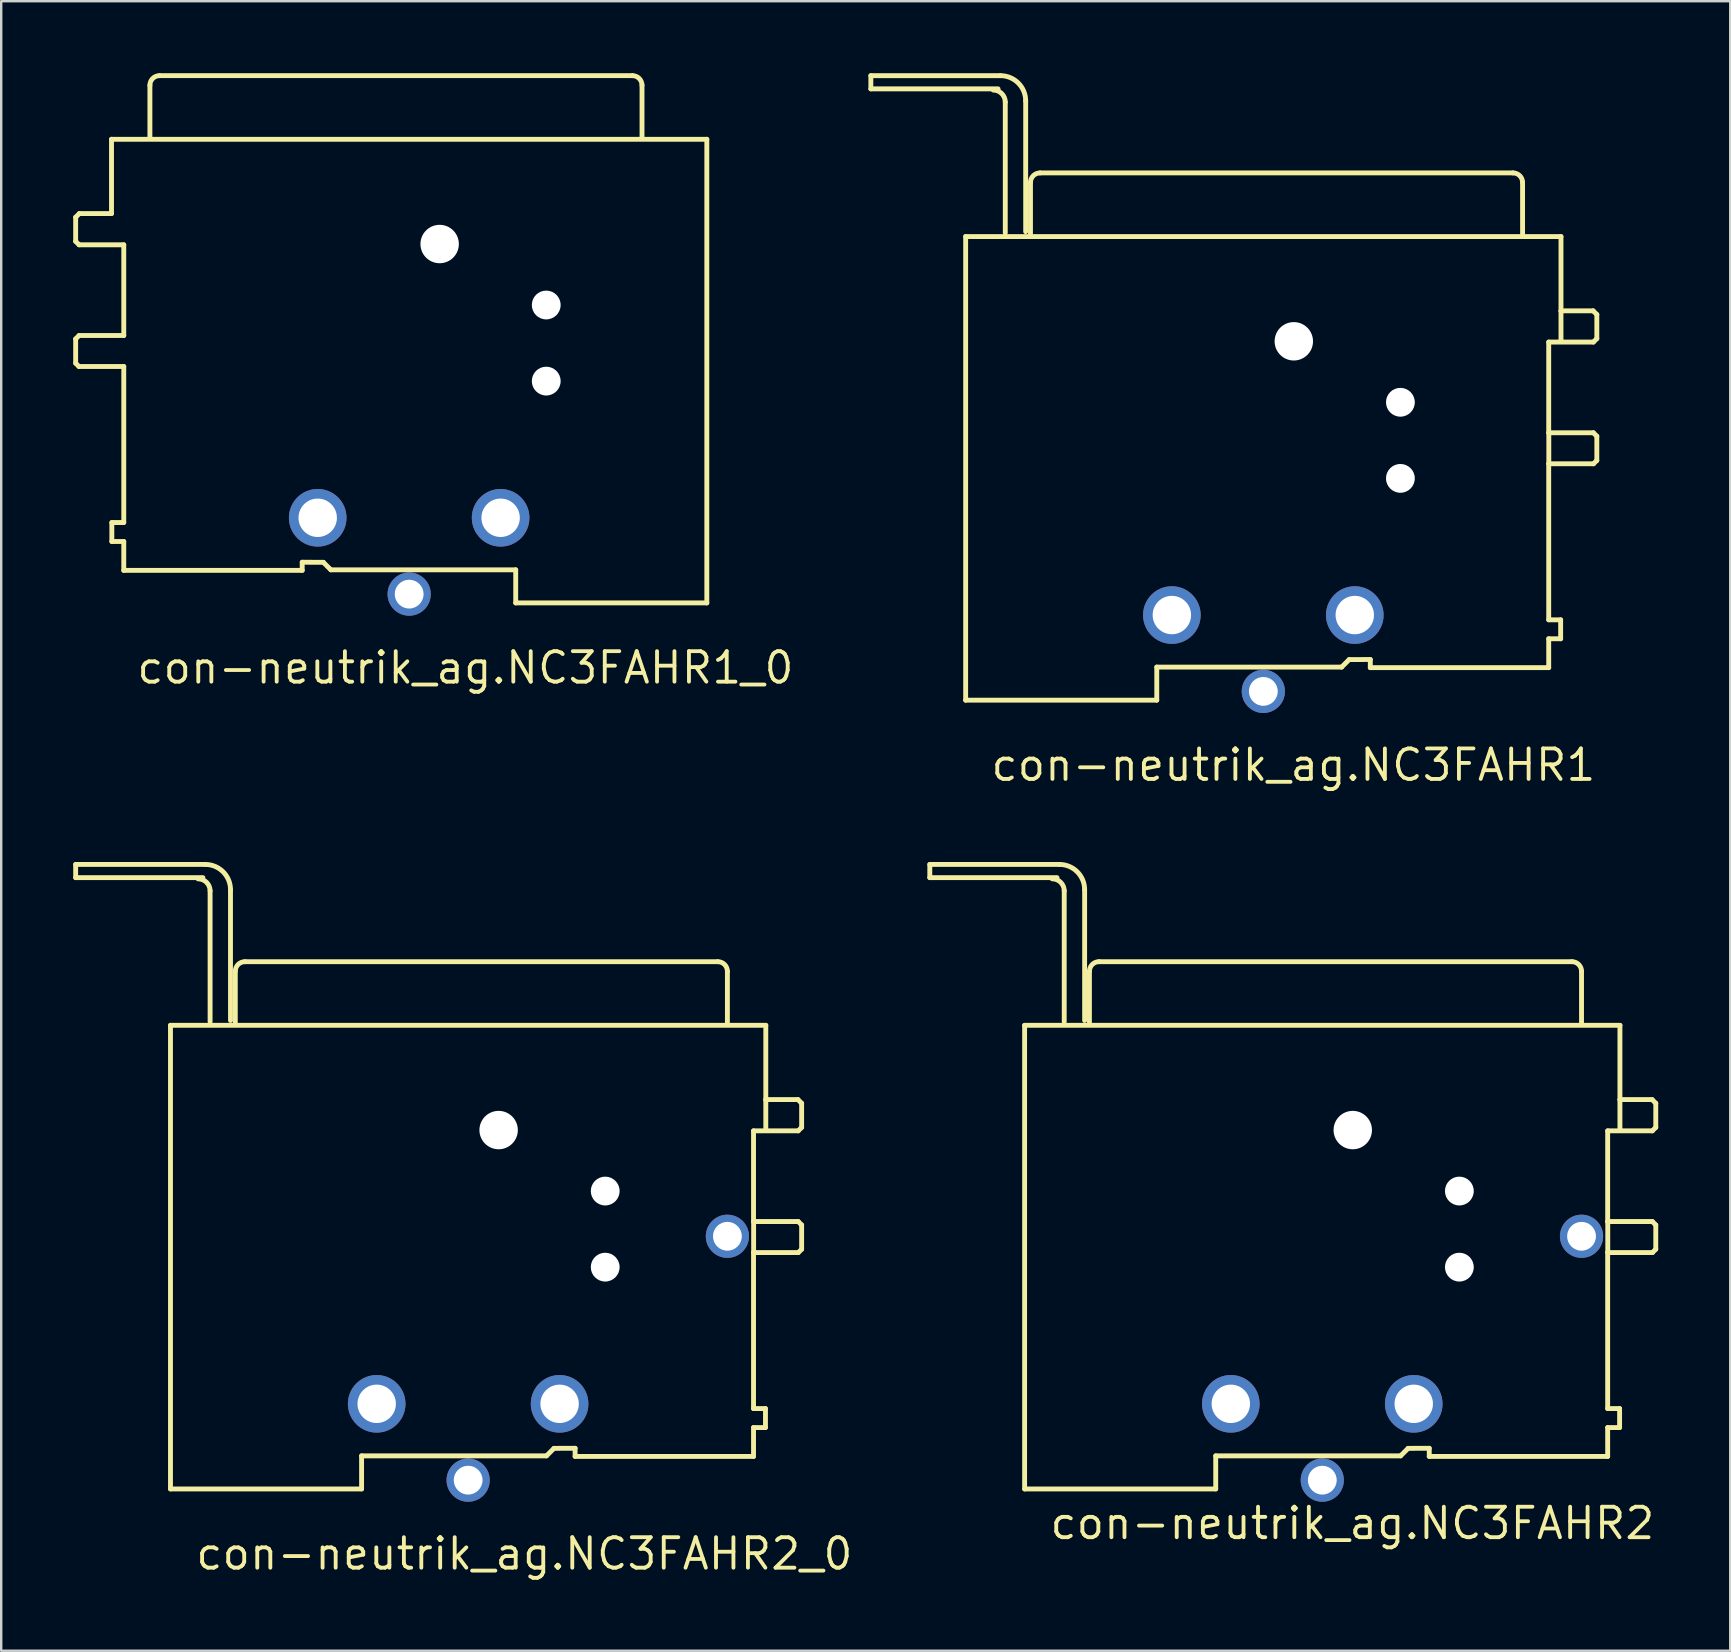
<source format=kicad_pcb>
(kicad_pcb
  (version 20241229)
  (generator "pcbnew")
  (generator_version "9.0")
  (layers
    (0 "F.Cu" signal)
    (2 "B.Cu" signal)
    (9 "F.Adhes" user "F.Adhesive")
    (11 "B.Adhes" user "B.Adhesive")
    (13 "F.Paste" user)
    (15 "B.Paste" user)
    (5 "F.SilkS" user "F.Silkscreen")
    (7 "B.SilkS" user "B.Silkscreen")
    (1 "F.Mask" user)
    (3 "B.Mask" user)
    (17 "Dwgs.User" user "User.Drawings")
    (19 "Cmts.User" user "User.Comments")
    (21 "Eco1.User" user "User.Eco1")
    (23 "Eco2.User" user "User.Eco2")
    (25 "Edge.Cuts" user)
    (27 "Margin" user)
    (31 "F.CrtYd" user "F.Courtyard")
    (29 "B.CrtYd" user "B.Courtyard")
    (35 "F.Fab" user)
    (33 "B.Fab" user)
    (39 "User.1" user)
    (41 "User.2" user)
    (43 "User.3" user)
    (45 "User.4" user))
  (footprint "con-neutrik_ag.NC3FAHR1_0"
    (layer "F.Cu")
    (at 13.995 21.7)
    (property "Reference" "con-neutrik_ag.NC3FAHR1_0" (at -11.43 3.81 0) (layer "F.SilkS") (effects (font (size 1.27 1.27) (thickness 0.16)) (justify left bottom)))
    (attr through_hole)
    (fp_line (start -13.893 -15.701) (end -13.74 -15.854) (stroke (width 0.203) (type default)) (layer "F.SilkS"))
    (fp_line (start -13.893 -14.695) (end -13.893 -15.701) (stroke (width 0.203) (type default)) (layer "F.SilkS"))
    (fp_line (start -13.893 -10.631) (end -13.75 -10.774) (stroke (width 0.203) (type default)) (layer "F.SilkS"))
    (fp_line (start -13.893 -9.62) (end -13.893 -10.631) (stroke (width 0.203) (type default)) (layer "F.SilkS"))
    (fp_line (start -13.755 -9.482) (end -13.893 -9.62) (stroke (width 0.203) (type default)) (layer "F.SilkS"))
    (fp_line (start -13.75 -14.552) (end -13.893 -14.695) (stroke (width 0.203) (type default)) (layer "F.SilkS"))
    (fp_line (start -13.75 -10.774) (end -11.889 -10.774) (stroke (width 0.203) (type default)) (layer "F.SilkS"))
    (fp_line (start -13.74 -15.854) (end -12.4 -15.854) (stroke (width 0.203) (type default)) (layer "F.SilkS"))
    (fp_line (start -12.4 -18.948) (end 12.4 -18.948) (stroke (width 0.203) (type default)) (layer "F.SilkS"))
    (fp_line (start -12.4 -15.854) (end -12.4 -18.948) (stroke (width 0.203) (type default)) (layer "F.SilkS"))
    (fp_line (start -12.386 -2.982) (end -11.889 -2.982) (stroke (width 0.203) (type default)) (layer "F.SilkS"))
    (fp_line (start -12.386 -2.192) (end -12.386 -2.982) (stroke (width 0.203) (type default)) (layer "F.SilkS"))
    (fp_line (start -11.889 -14.552) (end -13.75 -14.552) (stroke (width 0.203) (type default)) (layer "F.SilkS"))
    (fp_line (start -11.889 -10.774) (end -11.889 -14.552) (stroke (width 0.203) (type default)) (layer "F.SilkS"))
    (fp_line (start -11.889 -9.482) (end -13.755 -9.482) (stroke (width 0.203) (type default)) (layer "F.SilkS"))
    (fp_line (start -11.889 -2.982) (end -11.889 -9.482) (stroke (width 0.203) (type default)) (layer "F.SilkS"))
    (fp_line (start -11.889 -2.192) (end -12.386 -2.192) (stroke (width 0.203) (type default)) (layer "F.SilkS"))
    (fp_line (start -11.889 -0.989) (end -11.889 -2.192) (stroke (width 0.203) (type default)) (layer "F.SilkS"))
    (fp_line (start -10.8 -19.049) (end -10.8 -21.198) (stroke (width 0.203) (type default)) (layer "F.SilkS"))
    (fp_line (start -10.4 -21.599) (end 9.3 -21.599) (stroke (width 0.203) (type default)) (layer "F.SilkS"))
    (fp_line (start -4.456 -1.328) (end -4.456 -0.989) (stroke (width 0.203) (type default)) (layer "F.SilkS"))
    (fp_line (start -4.456 -0.989) (end -11.889 -0.989) (stroke (width 0.203) (type default)) (layer "F.SilkS"))
    (fp_line (start -3.576 -1.325) (end -4.456 -1.328) (stroke (width 0.203) (type default)) (layer "F.SilkS"))
    (fp_line (start -3.262 -1.012) (end -3.576 -1.325) (stroke (width 0.203) (type default)) (layer "F.SilkS"))
    (fp_line (start 4.439 -1.012) (end -3.262 -1.012) (stroke (width 0.203) (type default)) (layer "F.SilkS"))
    (fp_line (start 4.439 0.366) (end 4.439 -1.012) (stroke (width 0.203) (type default)) (layer "F.SilkS"))
    (fp_line (start 9.7 -21.198) (end 9.7 -19.049) (stroke (width 0.203) (type default)) (layer "F.SilkS"))
    (fp_line (start 12.4 -18.948) (end 12.4 0.366) (stroke (width 0.203) (type default)) (layer "F.SilkS"))
    (fp_line (start 12.4 0.366) (end 4.439 0.366) (stroke (width 0.203) (type default)) (layer "F.SilkS"))
    (fp_arc (start -10.8 -21.1985) (mid -10.682843 -21.481343) (end -10.4 -21.5985) (stroke (width 0.2032) (type default)) (layer "F.SilkS"))
    (fp_arc (start 9.3 -21.5985) (mid 9.582843 -21.481343) (end 9.7 -21.1985) (stroke (width 0.2032) (type default)) (layer "F.SilkS"))
    (pad "" np_thru_hole circle (at 1.27 -14.584) (size 1.6 1.6) (drill 1.6) (layers "*.Cu" "*.Mask"))
    (pad "" np_thru_hole circle (at 5.71 -12.044) (size 1.2 1.2) (drill 1.2) (layers "*.Cu" "*.Mask"))
    (pad "" np_thru_hole circle (at 5.71 -8.874) (size 1.2 1.2) (drill 1.2) (layers "*.Cu" "*.Mask"))
    (pad "1-G" thru_hole circle (at -3.81 -3.18) (size 2.4 2.4) (drill 1.6) (layers "*.Cu" "*.Mask"))
    (pad "2" thru_hole circle (at 0 0) (size 1.8 1.8) (drill 1.2) (layers "*.Cu" "*.Mask"))
    (pad "3" thru_hole circle (at 3.81 -3.18) (size 2.4 2.4) (drill 1.6) (layers "*.Cu" "*.Mask")))
  (footprint "con-neutrik_ag.NC3FAHR2"
    (layer "F.Cu")
    (at 52.034 58.611)
    (property "Reference" "con-neutrik_ag.NC3FAHR2" (at -11.43 2.54 0) (layer "F.SilkS") (effects (font (size 1.27 1.27) (thickness 0.16)) (justify left bottom)))
    (attr through_hole)
    (fp_line (start -16.35 -25.65) (end -16.35 -25.1) (stroke (width 0.203) (type default)) (layer "F.SilkS"))
    (fp_line (start -16.35 -25.1) (end -11.05 -25.1) (stroke (width 0.203) (type default)) (layer "F.SilkS"))
    (fp_line (start -12.4 -18.948) (end -12.4 0.366) (stroke (width 0.203) (type default)) (layer "F.SilkS"))
    (fp_line (start -12.4 0.366) (end -4.439 0.366) (stroke (width 0.203) (type default)) (layer "F.SilkS"))
    (fp_line (start -10.95 -25.65) (end -16.35 -25.65) (stroke (width 0.203) (type default)) (layer "F.SilkS"))
    (fp_line (start -10.75 -19.1) (end -10.75 -24.55) (stroke (width 0.203) (type default)) (layer "F.SilkS"))
    (fp_line (start -9.9 -19.15) (end -9.9 -24.6) (stroke (width 0.203) (type default)) (layer "F.SilkS"))
    (fp_line (start -9.7 -21.198) (end -9.7 -19.049) (stroke (width 0.203) (type default)) (layer "F.SilkS"))
    (fp_line (start -4.439 -1.012) (end 3.262 -1.012) (stroke (width 0.203) (type default)) (layer "F.SilkS"))
    (fp_line (start -4.439 0.366) (end -4.439 -1.012) (stroke (width 0.203) (type default)) (layer "F.SilkS"))
    (fp_line (start 3.262 -1.012) (end 3.576 -1.325) (stroke (width 0.203) (type default)) (layer "F.SilkS"))
    (fp_line (start 3.576 -1.325) (end 4.456 -1.328) (stroke (width 0.203) (type default)) (layer "F.SilkS"))
    (fp_line (start 4.456 -0.989) (end 11.889 -0.989) (stroke (width 0.203) (type default)) (layer "F.SilkS"))
    (fp_line (start 4.456 -1.328) (end 4.456 -0.989) (stroke (width 0.203) (type default)) (layer "F.SilkS"))
    (fp_line (start 10.4 -21.599) (end -9.3 -21.599) (stroke (width 0.203) (type default)) (layer "F.SilkS"))
    (fp_line (start 10.8 -19.049) (end 10.8 -21.198) (stroke (width 0.203) (type default)) (layer "F.SilkS"))
    (fp_line (start 11.889 -14.552) (end 13.75 -14.552) (stroke (width 0.203) (type default)) (layer "F.SilkS"))
    (fp_line (start 11.889 -10.774) (end 11.889 -14.552) (stroke (width 0.203) (type default)) (layer "F.SilkS"))
    (fp_line (start 11.889 -9.482) (end 13.755 -9.482) (stroke (width 0.203) (type default)) (layer "F.SilkS"))
    (fp_line (start 11.889 -2.982) (end 11.889 -9.482) (stroke (width 0.203) (type default)) (layer "F.SilkS"))
    (fp_line (start 11.889 -2.192) (end 12.386 -2.192) (stroke (width 0.203) (type default)) (layer "F.SilkS"))
    (fp_line (start 11.889 -0.989) (end 11.889 -2.192) (stroke (width 0.203) (type default)) (layer "F.SilkS"))
    (fp_line (start 11.893 -9.521) (end 11.893 -10.755) (stroke (width 0.203) (type default)) (layer "F.SilkS"))
    (fp_line (start 12.386 -2.982) (end 11.889 -2.982) (stroke (width 0.203) (type default)) (layer "F.SilkS"))
    (fp_line (start 12.386 -2.192) (end 12.386 -2.982) (stroke (width 0.203) (type default)) (layer "F.SilkS"))
    (fp_line (start 12.4 -18.948) (end -12.4 -18.948) (stroke (width 0.203) (type default)) (layer "F.SilkS"))
    (fp_line (start 12.4 -15.854) (end 12.4 -18.948) (stroke (width 0.203) (type default)) (layer "F.SilkS"))
    (fp_line (start 12.4 -14.609) (end 12.4 -15.844) (stroke (width 0.203) (type default)) (layer "F.SilkS"))
    (fp_line (start 13.74 -15.854) (end 12.4 -15.854) (stroke (width 0.203) (type default)) (layer "F.SilkS"))
    (fp_line (start 13.75 -14.552) (end 13.893 -14.695) (stroke (width 0.203) (type default)) (layer "F.SilkS"))
    (fp_line (start 13.75 -10.774) (end 11.889 -10.774) (stroke (width 0.203) (type default)) (layer "F.SilkS"))
    (fp_line (start 13.755 -9.482) (end 13.893 -9.62) (stroke (width 0.203) (type default)) (layer "F.SilkS"))
    (fp_line (start 13.893 -15.701) (end 13.74 -15.854) (stroke (width 0.203) (type default)) (layer "F.SilkS"))
    (fp_line (start 13.893 -14.695) (end 13.893 -15.701) (stroke (width 0.203) (type default)) (layer "F.SilkS"))
    (fp_line (start 13.893 -10.631) (end 13.75 -10.774) (stroke (width 0.203) (type default)) (layer "F.SilkS"))
    (fp_line (start 13.893 -9.62) (end 13.893 -10.631) (stroke (width 0.203) (type default)) (layer "F.SilkS"))
    (fp_arc (start -11.25 -25.05) (mid -10.896447 -24.903553) (end -10.75 -24.55) (stroke (width 0.2032) (type default)) (layer "F.SilkS"))
    (fp_arc (start -10.95 -25.65) (mid -10.207538 -25.342462) (end -9.9 -24.6) (stroke (width 0.2032) (type default)) (layer "F.SilkS"))
    (fp_arc (start -9.7 -21.1985) (mid -9.582843 -21.481343) (end -9.3 -21.5985) (stroke (width 0.2032) (type default)) (layer "F.SilkS"))
    (fp_arc (start 10.4 -21.5985) (mid 10.682843 -21.481343) (end 10.8 -21.1985) (stroke (width 0.2032) (type default)) (layer "F.SilkS"))
    (pad "" np_thru_hole circle (at 1.27 -14.584) (size 1.6 1.6) (drill 1.6) (layers "*.Cu" "*.Mask"))
    (pad "" np_thru_hole circle (at 5.71 -12.044) (size 1.2 1.2) (drill 1.2) (layers "*.Cu" "*.Mask"))
    (pad "" np_thru_hole circle (at 5.71 -8.874) (size 1.2 1.2) (drill 1.2) (layers "*.Cu" "*.Mask"))
    (pad "1" thru_hole circle (at -3.81 -3.18) (size 2.4 2.4) (drill 1.6) (layers "*.Cu" "*.Mask"))
    (pad "2" thru_hole circle (at 0 0) (size 1.8 1.8) (drill 1.2) (layers "*.Cu" "*.Mask"))
    (pad "3" thru_hole circle (at 3.81 -3.18) (size 2.4 2.4) (drill 1.6) (layers "*.Cu" "*.Mask"))
    (pad "G" thru_hole circle (at 10.8 -10.16) (size 1.8 1.8) (drill 1.2) (layers "*.Cu" "*.Mask")))
  (footprint "con-neutrik_ag.NC3FAHR1"
    (layer "F.Cu")
    (at 49.578 25.752)
    (property "Reference" "con-neutrik_ag.NC3FAHR1" (at -11.43 3.81 0) (layer "F.SilkS") (effects (font (size 1.27 1.27) (thickness 0.16)) (justify left bottom)))
    (attr through_hole)
    (fp_line (start -16.35 -25.65) (end -16.35 -25.1) (stroke (width 0.203) (type default)) (layer "F.SilkS"))
    (fp_line (start -16.35 -25.1) (end -11.05 -25.1) (stroke (width 0.203) (type default)) (layer "F.SilkS"))
    (fp_line (start -12.4 -18.948) (end -12.4 0.366) (stroke (width 0.203) (type default)) (layer "F.SilkS"))
    (fp_line (start -12.4 0.366) (end -4.439 0.366) (stroke (width 0.203) (type default)) (layer "F.SilkS"))
    (fp_line (start -10.95 -25.65) (end -16.35 -25.65) (stroke (width 0.203) (type default)) (layer "F.SilkS"))
    (fp_line (start -10.75 -19.1) (end -10.75 -24.55) (stroke (width 0.203) (type default)) (layer "F.SilkS"))
    (fp_line (start -9.9 -19.15) (end -9.9 -24.6) (stroke (width 0.203) (type default)) (layer "F.SilkS"))
    (fp_line (start -9.7 -21.198) (end -9.7 -19.049) (stroke (width 0.203) (type default)) (layer "F.SilkS"))
    (fp_line (start -4.439 -1.012) (end 3.262 -1.012) (stroke (width 0.203) (type default)) (layer "F.SilkS"))
    (fp_line (start -4.439 0.366) (end -4.439 -1.012) (stroke (width 0.203) (type default)) (layer "F.SilkS"))
    (fp_line (start 3.262 -1.012) (end 3.576 -1.325) (stroke (width 0.203) (type default)) (layer "F.SilkS"))
    (fp_line (start 3.576 -1.325) (end 4.456 -1.328) (stroke (width 0.203) (type default)) (layer "F.SilkS"))
    (fp_line (start 4.456 -0.989) (end 11.889 -0.989) (stroke (width 0.203) (type default)) (layer "F.SilkS"))
    (fp_line (start 4.456 -1.328) (end 4.456 -0.989) (stroke (width 0.203) (type default)) (layer "F.SilkS"))
    (fp_line (start 10.4 -21.599) (end -9.3 -21.599) (stroke (width 0.203) (type default)) (layer "F.SilkS"))
    (fp_line (start 10.8 -19.049) (end 10.8 -21.198) (stroke (width 0.203) (type default)) (layer "F.SilkS"))
    (fp_line (start 11.889 -14.552) (end 13.75 -14.552) (stroke (width 0.203) (type default)) (layer "F.SilkS"))
    (fp_line (start 11.889 -10.774) (end 11.889 -14.552) (stroke (width 0.203) (type default)) (layer "F.SilkS"))
    (fp_line (start 11.889 -9.482) (end 13.755 -9.482) (stroke (width 0.203) (type default)) (layer "F.SilkS"))
    (fp_line (start 11.889 -2.982) (end 11.889 -9.482) (stroke (width 0.203) (type default)) (layer "F.SilkS"))
    (fp_line (start 11.889 -2.192) (end 12.386 -2.192) (stroke (width 0.203) (type default)) (layer "F.SilkS"))
    (fp_line (start 11.889 -0.989) (end 11.889 -2.192) (stroke (width 0.203) (type default)) (layer "F.SilkS"))
    (fp_line (start 11.893 -9.521) (end 11.893 -10.755) (stroke (width 0.203) (type default)) (layer "F.SilkS"))
    (fp_line (start 12.386 -2.982) (end 11.889 -2.982) (stroke (width 0.203) (type default)) (layer "F.SilkS"))
    (fp_line (start 12.386 -2.192) (end 12.386 -2.982) (stroke (width 0.203) (type default)) (layer "F.SilkS"))
    (fp_line (start 12.4 -18.948) (end -12.4 -18.948) (stroke (width 0.203) (type default)) (layer "F.SilkS"))
    (fp_line (start 12.4 -15.854) (end 12.4 -18.948) (stroke (width 0.203) (type default)) (layer "F.SilkS"))
    (fp_line (start 12.4 -14.609) (end 12.4 -15.844) (stroke (width 0.203) (type default)) (layer "F.SilkS"))
    (fp_line (start 13.74 -15.854) (end 12.4 -15.854) (stroke (width 0.203) (type default)) (layer "F.SilkS"))
    (fp_line (start 13.75 -14.552) (end 13.893 -14.695) (stroke (width 0.203) (type default)) (layer "F.SilkS"))
    (fp_line (start 13.75 -10.774) (end 11.889 -10.774) (stroke (width 0.203) (type default)) (layer "F.SilkS"))
    (fp_line (start 13.755 -9.482) (end 13.893 -9.62) (stroke (width 0.203) (type default)) (layer "F.SilkS"))
    (fp_line (start 13.893 -15.701) (end 13.74 -15.854) (stroke (width 0.203) (type default)) (layer "F.SilkS"))
    (fp_line (start 13.893 -14.695) (end 13.893 -15.701) (stroke (width 0.203) (type default)) (layer "F.SilkS"))
    (fp_line (start 13.893 -10.631) (end 13.75 -10.774) (stroke (width 0.203) (type default)) (layer "F.SilkS"))
    (fp_line (start 13.893 -9.62) (end 13.893 -10.631) (stroke (width 0.203) (type default)) (layer "F.SilkS"))
    (fp_arc (start -11.25 -25.05) (mid -10.896447 -24.903553) (end -10.75 -24.55) (stroke (width 0.2032) (type default)) (layer "F.SilkS"))
    (fp_arc (start -10.95 -25.65) (mid -10.207538 -25.342462) (end -9.9 -24.6) (stroke (width 0.2032) (type default)) (layer "F.SilkS"))
    (fp_arc (start -9.7 -21.1985) (mid -9.582843 -21.481343) (end -9.3 -21.5985) (stroke (width 0.2032) (type default)) (layer "F.SilkS"))
    (fp_arc (start 10.4 -21.5985) (mid 10.682843 -21.481343) (end 10.8 -21.1985) (stroke (width 0.2032) (type default)) (layer "F.SilkS"))
    (pad "" np_thru_hole circle (at 1.27 -14.584) (size 1.6 1.6) (drill 1.6) (layers "*.Cu" "*.Mask"))
    (pad "" np_thru_hole circle (at 5.71 -12.044) (size 1.2 1.2) (drill 1.2) (layers "*.Cu" "*.Mask"))
    (pad "" np_thru_hole circle (at 5.71 -8.874) (size 1.2 1.2) (drill 1.2) (layers "*.Cu" "*.Mask"))
    (pad "1-G" thru_hole circle (at -3.81 -3.18) (size 2.4 2.4) (drill 1.6) (layers "*.Cu" "*.Mask"))
    (pad "2" thru_hole circle (at 0 0) (size 1.8 1.8) (drill 1.2) (layers "*.Cu" "*.Mask"))
    (pad "3" thru_hole circle (at 3.81 -3.18) (size 2.4 2.4) (drill 1.6) (layers "*.Cu" "*.Mask")))
  (footprint "con-neutrik_ag.NC3FAHR2_0"
    (layer "F.Cu")
    (at 16.452 58.611)
    (property "Reference" "con-neutrik_ag.NC3FAHR2_0" (at -11.43 3.81 0) (layer "F.SilkS") (effects (font (size 1.27 1.27) (thickness 0.16)) (justify left bottom)))
    (attr through_hole)
    (fp_line (start -16.35 -25.65) (end -16.35 -25.1) (stroke (width 0.203) (type default)) (layer "F.SilkS"))
    (fp_line (start -16.35 -25.1) (end -11.05 -25.1) (stroke (width 0.203) (type default)) (layer "F.SilkS"))
    (fp_line (start -12.4 -18.948) (end -12.4 0.366) (stroke (width 0.203) (type default)) (layer "F.SilkS"))
    (fp_line (start -12.4 0.366) (end -4.439 0.366) (stroke (width 0.203) (type default)) (layer "F.SilkS"))
    (fp_line (start -10.95 -25.65) (end -16.35 -25.65) (stroke (width 0.203) (type default)) (layer "F.SilkS"))
    (fp_line (start -10.75 -19.1) (end -10.75 -24.55) (stroke (width 0.203) (type default)) (layer "F.SilkS"))
    (fp_line (start -9.9 -19.15) (end -9.9 -24.6) (stroke (width 0.203) (type default)) (layer "F.SilkS"))
    (fp_line (start -9.7 -21.198) (end -9.7 -19.049) (stroke (width 0.203) (type default)) (layer "F.SilkS"))
    (fp_line (start -4.439 -1.012) (end 3.262 -1.012) (stroke (width 0.203) (type default)) (layer "F.SilkS"))
    (fp_line (start -4.439 0.366) (end -4.439 -1.012) (stroke (width 0.203) (type default)) (layer "F.SilkS"))
    (fp_line (start 3.262 -1.012) (end 3.576 -1.325) (stroke (width 0.203) (type default)) (layer "F.SilkS"))
    (fp_line (start 3.576 -1.325) (end 4.456 -1.328) (stroke (width 0.203) (type default)) (layer "F.SilkS"))
    (fp_line (start 4.456 -0.989) (end 11.889 -0.989) (stroke (width 0.203) (type default)) (layer "F.SilkS"))
    (fp_line (start 4.456 -1.328) (end 4.456 -0.989) (stroke (width 0.203) (type default)) (layer "F.SilkS"))
    (fp_line (start 10.4 -21.599) (end -9.3 -21.599) (stroke (width 0.203) (type default)) (layer "F.SilkS"))
    (fp_line (start 10.8 -19.049) (end 10.8 -21.198) (stroke (width 0.203) (type default)) (layer "F.SilkS"))
    (fp_line (start 11.889 -14.552) (end 13.75 -14.552) (stroke (width 0.203) (type default)) (layer "F.SilkS"))
    (fp_line (start 11.889 -10.774) (end 11.889 -14.552) (stroke (width 0.203) (type default)) (layer "F.SilkS"))
    (fp_line (start 11.889 -9.482) (end 13.755 -9.482) (stroke (width 0.203) (type default)) (layer "F.SilkS"))
    (fp_line (start 11.889 -2.982) (end 11.889 -9.482) (stroke (width 0.203) (type default)) (layer "F.SilkS"))
    (fp_line (start 11.889 -2.192) (end 12.386 -2.192) (stroke (width 0.203) (type default)) (layer "F.SilkS"))
    (fp_line (start 11.889 -0.989) (end 11.889 -2.192) (stroke (width 0.203) (type default)) (layer "F.SilkS"))
    (fp_line (start 11.893 -9.521) (end 11.893 -10.755) (stroke (width 0.203) (type default)) (layer "F.SilkS"))
    (fp_line (start 12.386 -2.982) (end 11.889 -2.982) (stroke (width 0.203) (type default)) (layer "F.SilkS"))
    (fp_line (start 12.386 -2.192) (end 12.386 -2.982) (stroke (width 0.203) (type default)) (layer "F.SilkS"))
    (fp_line (start 12.4 -18.948) (end -12.4 -18.948) (stroke (width 0.203) (type default)) (layer "F.SilkS"))
    (fp_line (start 12.4 -15.854) (end 12.4 -18.948) (stroke (width 0.203) (type default)) (layer "F.SilkS"))
    (fp_line (start 12.4 -14.609) (end 12.4 -15.844) (stroke (width 0.203) (type default)) (layer "F.SilkS"))
    (fp_line (start 13.74 -15.854) (end 12.4 -15.854) (stroke (width 0.203) (type default)) (layer "F.SilkS"))
    (fp_line (start 13.75 -14.552) (end 13.893 -14.695) (stroke (width 0.203) (type default)) (layer "F.SilkS"))
    (fp_line (start 13.75 -10.774) (end 11.889 -10.774) (stroke (width 0.203) (type default)) (layer "F.SilkS"))
    (fp_line (start 13.755 -9.482) (end 13.893 -9.62) (stroke (width 0.203) (type default)) (layer "F.SilkS"))
    (fp_line (start 13.893 -15.701) (end 13.74 -15.854) (stroke (width 0.203) (type default)) (layer "F.SilkS"))
    (fp_line (start 13.893 -14.695) (end 13.893 -15.701) (stroke (width 0.203) (type default)) (layer "F.SilkS"))
    (fp_line (start 13.893 -10.631) (end 13.75 -10.774) (stroke (width 0.203) (type default)) (layer "F.SilkS"))
    (fp_line (start 13.893 -9.62) (end 13.893 -10.631) (stroke (width 0.203) (type default)) (layer "F.SilkS"))
    (fp_arc (start -11.25 -25.05) (mid -10.896447 -24.903553) (end -10.75 -24.55) (stroke (width 0.2032) (type default)) (layer "F.SilkS"))
    (fp_arc (start -10.95 -25.65) (mid -10.207538 -25.342462) (end -9.9 -24.6) (stroke (width 0.2032) (type default)) (layer "F.SilkS"))
    (fp_arc (start -9.7 -21.1985) (mid -9.582843 -21.481343) (end -9.3 -21.5985) (stroke (width 0.2032) (type default)) (layer "F.SilkS"))
    (fp_arc (start 10.4 -21.5985) (mid 10.682843 -21.481343) (end 10.8 -21.1985) (stroke (width 0.2032) (type default)) (layer "F.SilkS"))
    (pad "" np_thru_hole circle (at 1.27 -14.584) (size 1.6 1.6) (drill 1.6) (layers "*.Cu" "*.Mask"))
    (pad "" np_thru_hole circle (at 5.71 -12.044) (size 1.2 1.2) (drill 1.2) (layers "*.Cu" "*.Mask"))
    (pad "" np_thru_hole circle (at 5.71 -8.874) (size 1.2 1.2) (drill 1.2) (layers "*.Cu" "*.Mask"))
    (pad "1" thru_hole circle (at -3.81 -3.18) (size 2.4 2.4) (drill 1.6) (layers "*.Cu" "*.Mask"))
    (pad "2" thru_hole circle (at 0 0) (size 1.8 1.8) (drill 1.2) (layers "*.Cu" "*.Mask"))
    (pad "3" thru_hole circle (at 3.81 -3.18) (size 2.4 2.4) (drill 1.6) (layers "*.Cu" "*.Mask"))
    (pad "G" thru_hole circle (at 10.8 -10.16) (size 1.8 1.8) (drill 1.2) (layers "*.Cu" "*.Mask")))
  (gr_rect
    (start -3 -3)
    (end 69.029 65.718)
    (stroke (width 0.1) (type default))
    (fill no)
    (layer "Edge.Cuts")))
</source>
